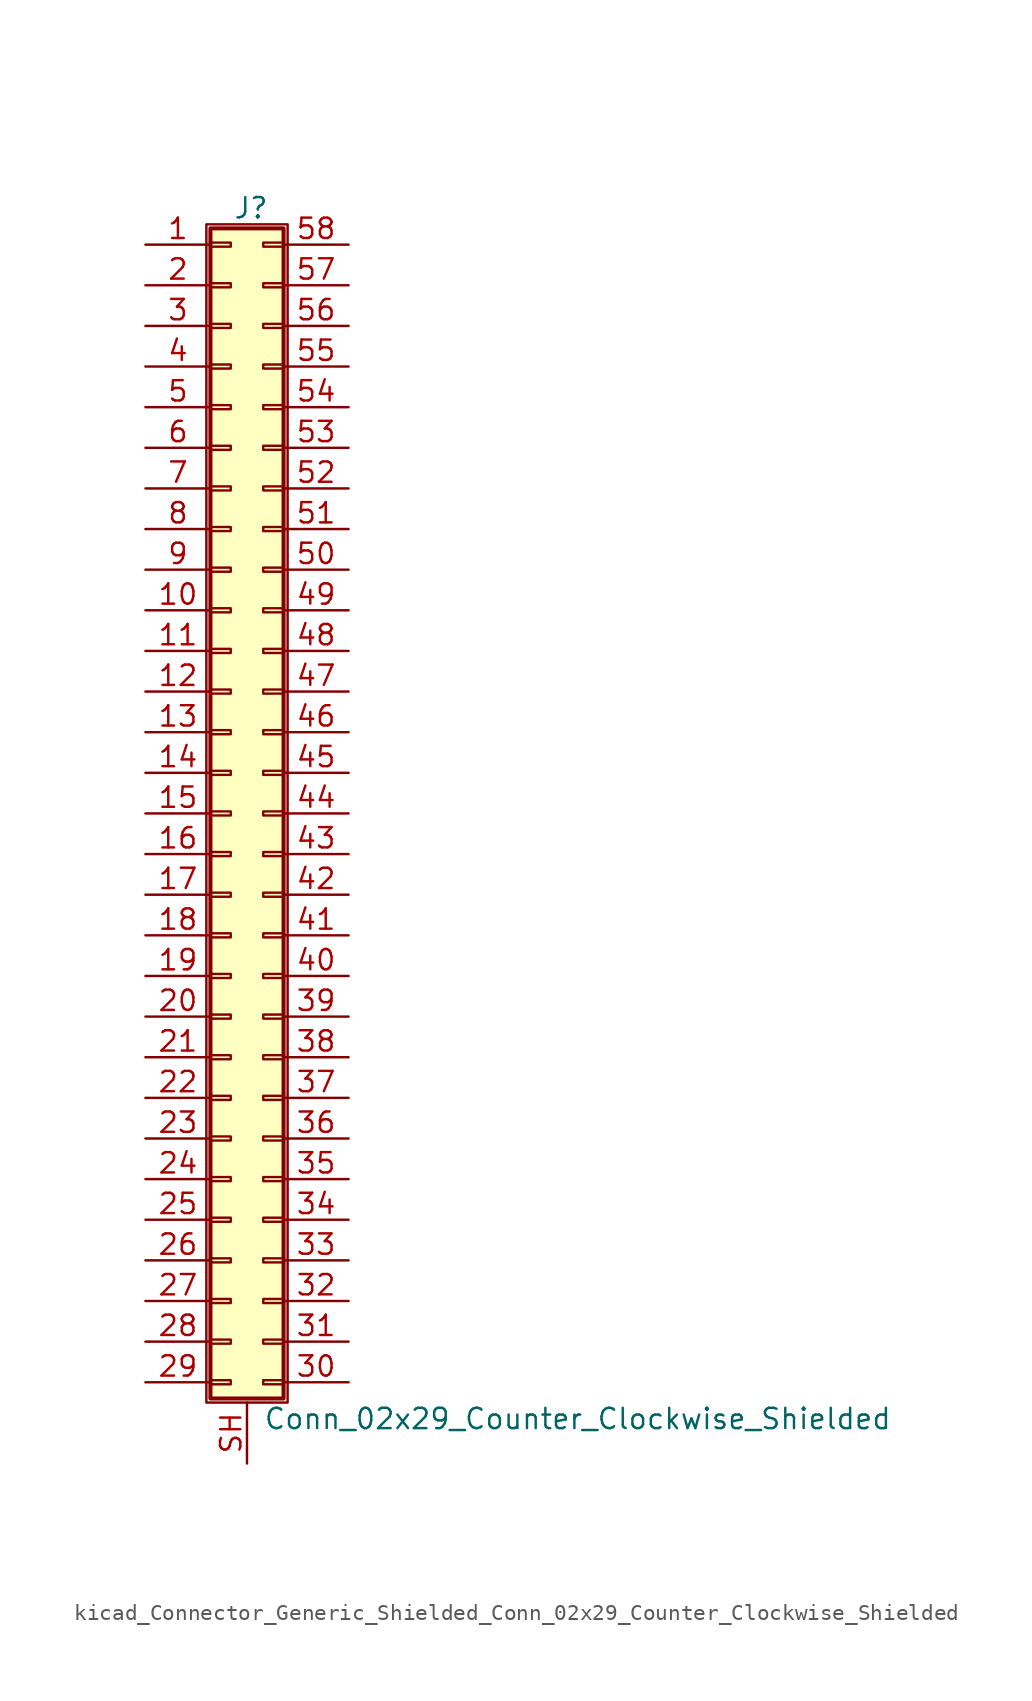
<source format=kicad_sym>
(kicad_symbol_lib
  (version 20220914)
  (generator kicad_symbol_editor)
  (symbol "kicad_Connector_Generic_Shielded_Conn_02x29_Counter_Clockwise_Shielded"
    (pin_names
      (offset 1.016) hide)
    (property "Reference" "J"
      (at 1.524 37.846 0)
      (effects (font (size 1.27 1.27))))
    (property "Value" "Conn_02x29_Counter_Clockwise_Shielded"
      (at 2.286 -37.846 0)
      (effects (font (size 1.27 1.27)) (justify left)))
    (symbol "kicad_Connector_Generic_Shielded_Conn_02x29_Counter_Clockwise_Shielded_1_1"
      (rectangle (start -1.27 36.83) (end 3.81 -36.83) (stroke (width 0.152) (type default)) (fill (type none)))
      (rectangle (start -1.016 -35.433) (end 0.254 -35.687) (stroke (width 0.152) (type default)) (fill (type none)))
      (rectangle (start -1.016 -32.893) (end 0.254 -33.147) (stroke (width 0.152) (type default)) (fill (type none)))
      (rectangle (start -1.016 -30.353) (end 0.254 -30.607) (stroke (width 0.152) (type default)) (fill (type none)))
      (rectangle (start -1.016 -27.813) (end 0.254 -28.067) (stroke (width 0.152) (type default)) (fill (type none)))
      (rectangle (start -1.016 -25.273) (end 0.254 -25.527) (stroke (width 0.152) (type default)) (fill (type none)))
      (rectangle (start -1.016 -22.733) (end 0.254 -22.987) (stroke (width 0.152) (type default)) (fill (type none)))
      (rectangle (start -1.016 -20.193) (end 0.254 -20.447) (stroke (width 0.152) (type default)) (fill (type none)))
      (rectangle (start -1.016 -17.653) (end 0.254 -17.907) (stroke (width 0.152) (type default)) (fill (type none)))
      (rectangle (start -1.016 -15.113) (end 0.254 -15.367) (stroke (width 0.152) (type default)) (fill (type none)))
      (rectangle (start -1.016 -12.573) (end 0.254 -12.827) (stroke (width 0.152) (type default)) (fill (type none)))
      (rectangle (start -1.016 -10.033) (end 0.254 -10.287) (stroke (width 0.152) (type default)) (fill (type none)))
      (rectangle (start -1.016 -7.493) (end 0.254 -7.747) (stroke (width 0.152) (type default)) (fill (type none)))
      (rectangle (start -1.016 -4.953) (end 0.254 -5.207) (stroke (width 0.152) (type default)) (fill (type none)))
      (rectangle (start -1.016 -2.413) (end 0.254 -2.667) (stroke (width 0.152) (type default)) (fill (type none)))
      (rectangle (start -1.016 0.127) (end 0.254 -0.127) (stroke (width 0.152) (type default)) (fill (type none)))
      (rectangle (start -1.016 2.667) (end 0.254 2.413) (stroke (width 0.152) (type default)) (fill (type none)))
      (rectangle (start -1.016 5.207) (end 0.254 4.953) (stroke (width 0.152) (type default)) (fill (type none)))
      (rectangle (start -1.016 7.747) (end 0.254 7.493) (stroke (width 0.152) (type default)) (fill (type none)))
      (rectangle (start -1.016 10.287) (end 0.254 10.033) (stroke (width 0.152) (type default)) (fill (type none)))
      (rectangle (start -1.016 12.827) (end 0.254 12.573) (stroke (width 0.152) (type default)) (fill (type none)))
      (rectangle (start -1.016 15.367) (end 0.254 15.113) (stroke (width 0.152) (type default)) (fill (type none)))
      (rectangle (start -1.016 17.907) (end 0.254 17.653) (stroke (width 0.152) (type default)) (fill (type none)))
      (rectangle (start -1.016 20.447) (end 0.254 20.193) (stroke (width 0.152) (type default)) (fill (type none)))
      (rectangle (start -1.016 22.987) (end 0.254 22.733) (stroke (width 0.152) (type default)) (fill (type none)))
      (rectangle (start -1.016 25.527) (end 0.254 25.273) (stroke (width 0.152) (type default)) (fill (type none)))
      (rectangle (start -1.016 28.067) (end 0.254 27.813) (stroke (width 0.152) (type default)) (fill (type none)))
      (rectangle (start -1.016 30.607) (end 0.254 30.353) (stroke (width 0.152) (type default)) (fill (type none)))
      (rectangle (start -1.016 33.147) (end 0.254 32.893) (stroke (width 0.152) (type default)) (fill (type none)))
      (rectangle (start -1.016 35.687) (end 0.254 35.433) (stroke (width 0.152) (type default)) (fill (type none)))
      (rectangle (start -1.016 36.576) (end 3.556 -36.576) (stroke (width 0.254) (type default)) (fill (type background)))
      (rectangle (start 3.556 -35.433) (end 2.286 -35.687) (stroke (width 0.152) (type default)) (fill (type none)))
      (rectangle (start 3.556 -32.893) (end 2.286 -33.147) (stroke (width 0.152) (type default)) (fill (type none)))
      (rectangle (start 3.556 -30.353) (end 2.286 -30.607) (stroke (width 0.152) (type default)) (fill (type none)))
      (rectangle (start 3.556 -27.813) (end 2.286 -28.067) (stroke (width 0.152) (type default)) (fill (type none)))
      (rectangle (start 3.556 -25.273) (end 2.286 -25.527) (stroke (width 0.152) (type default)) (fill (type none)))
      (rectangle (start 3.556 -22.733) (end 2.286 -22.987) (stroke (width 0.152) (type default)) (fill (type none)))
      (rectangle (start 3.556 -20.193) (end 2.286 -20.447) (stroke (width 0.152) (type default)) (fill (type none)))
      (rectangle (start 3.556 -17.653) (end 2.286 -17.907) (stroke (width 0.152) (type default)) (fill (type none)))
      (rectangle (start 3.556 -15.113) (end 2.286 -15.367) (stroke (width 0.152) (type default)) (fill (type none)))
      (rectangle (start 3.556 -12.573) (end 2.286 -12.827) (stroke (width 0.152) (type default)) (fill (type none)))
      (rectangle (start 3.556 -10.033) (end 2.286 -10.287) (stroke (width 0.152) (type default)) (fill (type none)))
      (rectangle (start 3.556 -7.493) (end 2.286 -7.747) (stroke (width 0.152) (type default)) (fill (type none)))
      (rectangle (start 3.556 -4.953) (end 2.286 -5.207) (stroke (width 0.152) (type default)) (fill (type none)))
      (rectangle (start 3.556 -2.413) (end 2.286 -2.667) (stroke (width 0.152) (type default)) (fill (type none)))
      (rectangle (start 3.556 0.127) (end 2.286 -0.127) (stroke (width 0.152) (type default)) (fill (type none)))
      (rectangle (start 3.556 2.667) (end 2.286 2.413) (stroke (width 0.152) (type default)) (fill (type none)))
      (rectangle (start 3.556 5.207) (end 2.286 4.953) (stroke (width 0.152) (type default)) (fill (type none)))
      (rectangle (start 3.556 7.747) (end 2.286 7.493) (stroke (width 0.152) (type default)) (fill (type none)))
      (rectangle (start 3.556 10.287) (end 2.286 10.033) (stroke (width 0.152) (type default)) (fill (type none)))
      (rectangle (start 3.556 12.827) (end 2.286 12.573) (stroke (width 0.152) (type default)) (fill (type none)))
      (rectangle (start 3.556 15.367) (end 2.286 15.113) (stroke (width 0.152) (type default)) (fill (type none)))
      (rectangle (start 3.556 17.907) (end 2.286 17.653) (stroke (width 0.152) (type default)) (fill (type none)))
      (rectangle (start 3.556 20.447) (end 2.286 20.193) (stroke (width 0.152) (type default)) (fill (type none)))
      (rectangle (start 3.556 22.987) (end 2.286 22.733) (stroke (width 0.152) (type default)) (fill (type none)))
      (rectangle (start 3.556 25.527) (end 2.286 25.273) (stroke (width 0.152) (type default)) (fill (type none)))
      (rectangle (start 3.556 28.067) (end 2.286 27.813) (stroke (width 0.152) (type default)) (fill (type none)))
      (rectangle (start 3.556 30.607) (end 2.286 30.353) (stroke (width 0.152) (type default)) (fill (type none)))
      (rectangle (start 3.556 33.147) (end 2.286 32.893) (stroke (width 0.152) (type default)) (fill (type none)))
      (rectangle (start 3.556 35.687) (end 2.286 35.433) (stroke (width 0.152) (type default)) (fill (type none)))
      (pin passive line (at -5.08 35.56 0) (length 4.064) (name "Pin_1" (effects (font (size 1.27 1.27)))) (number "1" (effects (font (size 1.27 1.27)))))
      (pin passive line (at -5.08 12.7 0) (length 4.064) (name "Pin_10" (effects (font (size 1.27 1.27)))) (number "10" (effects (font (size 1.27 1.27)))))
      (pin passive line (at -5.08 10.16 0) (length 4.064) (name "Pin_11" (effects (font (size 1.27 1.27)))) (number "11" (effects (font (size 1.27 1.27)))))
      (pin passive line (at -5.08 7.62 0) (length 4.064) (name "Pin_12" (effects (font (size 1.27 1.27)))) (number "12" (effects (font (size 1.27 1.27)))))
      (pin passive line (at -5.08 5.08 0) (length 4.064) (name "Pin_13" (effects (font (size 1.27 1.27)))) (number "13" (effects (font (size 1.27 1.27)))))
      (pin passive line (at -5.08 2.54 0) (length 4.064) (name "Pin_14" (effects (font (size 1.27 1.27)))) (number "14" (effects (font (size 1.27 1.27)))))
      (pin passive line (at -5.08 0 0) (length 4.064) (name "Pin_15" (effects (font (size 1.27 1.27)))) (number "15" (effects (font (size 1.27 1.27)))))
      (pin passive line (at -5.08 -2.54 0) (length 4.064) (name "Pin_16" (effects (font (size 1.27 1.27)))) (number "16" (effects (font (size 1.27 1.27)))))
      (pin passive line (at -5.08 -5.08 0) (length 4.064) (name "Pin_17" (effects (font (size 1.27 1.27)))) (number "17" (effects (font (size 1.27 1.27)))))
      (pin passive line (at -5.08 -7.62 0) (length 4.064) (name "Pin_18" (effects (font (size 1.27 1.27)))) (number "18" (effects (font (size 1.27 1.27)))))
      (pin passive line (at -5.08 -10.16 0) (length 4.064) (name "Pin_19" (effects (font (size 1.27 1.27)))) (number "19" (effects (font (size 1.27 1.27)))))
      (pin passive line (at -5.08 33.02 0) (length 4.064) (name "Pin_2" (effects (font (size 1.27 1.27)))) (number "2" (effects (font (size 1.27 1.27)))))
      (pin passive line (at -5.08 -12.7 0) (length 4.064) (name "Pin_20" (effects (font (size 1.27 1.27)))) (number "20" (effects (font (size 1.27 1.27)))))
      (pin passive line (at -5.08 -15.24 0) (length 4.064) (name "Pin_21" (effects (font (size 1.27 1.27)))) (number "21" (effects (font (size 1.27 1.27)))))
      (pin passive line (at -5.08 -17.78 0) (length 4.064) (name "Pin_22" (effects (font (size 1.27 1.27)))) (number "22" (effects (font (size 1.27 1.27)))))
      (pin passive line (at -5.08 -20.32 0) (length 4.064) (name "Pin_23" (effects (font (size 1.27 1.27)))) (number "23" (effects (font (size 1.27 1.27)))))
      (pin passive line (at -5.08 -22.86 0) (length 4.064) (name "Pin_24" (effects (font (size 1.27 1.27)))) (number "24" (effects (font (size 1.27 1.27)))))
      (pin passive line (at -5.08 -25.4 0) (length 4.064) (name "Pin_25" (effects (font (size 1.27 1.27)))) (number "25" (effects (font (size 1.27 1.27)))))
      (pin passive line (at -5.08 -27.94 0) (length 4.064) (name "Pin_26" (effects (font (size 1.27 1.27)))) (number "26" (effects (font (size 1.27 1.27)))))
      (pin passive line (at -5.08 -30.48 0) (length 4.064) (name "Pin_27" (effects (font (size 1.27 1.27)))) (number "27" (effects (font (size 1.27 1.27)))))
      (pin passive line (at -5.08 -33.02 0) (length 4.064) (name "Pin_28" (effects (font (size 1.27 1.27)))) (number "28" (effects (font (size 1.27 1.27)))))
      (pin passive line (at -5.08 -35.56 0) (length 4.064) (name "Pin_29" (effects (font (size 1.27 1.27)))) (number "29" (effects (font (size 1.27 1.27)))))
      (pin passive line (at -5.08 30.48 0) (length 4.064) (name "Pin_3" (effects (font (size 1.27 1.27)))) (number "3" (effects (font (size 1.27 1.27)))))
      (pin passive line (at 7.62 -35.56 180) (length 4.064) (name "Pin_30" (effects (font (size 1.27 1.27)))) (number "30" (effects (font (size 1.27 1.27)))))
      (pin passive line (at 7.62 -33.02 180) (length 4.064) (name "Pin_31" (effects (font (size 1.27 1.27)))) (number "31" (effects (font (size 1.27 1.27)))))
      (pin passive line (at 7.62 -30.48 180) (length 4.064) (name "Pin_32" (effects (font (size 1.27 1.27)))) (number "32" (effects (font (size 1.27 1.27)))))
      (pin passive line (at 7.62 -27.94 180) (length 4.064) (name "Pin_33" (effects (font (size 1.27 1.27)))) (number "33" (effects (font (size 1.27 1.27)))))
      (pin passive line (at 7.62 -25.4 180) (length 4.064) (name "Pin_34" (effects (font (size 1.27 1.27)))) (number "34" (effects (font (size 1.27 1.27)))))
      (pin passive line (at 7.62 -22.86 180) (length 4.064) (name "Pin_35" (effects (font (size 1.27 1.27)))) (number "35" (effects (font (size 1.27 1.27)))))
      (pin passive line (at 7.62 -20.32 180) (length 4.064) (name "Pin_36" (effects (font (size 1.27 1.27)))) (number "36" (effects (font (size 1.27 1.27)))))
      (pin passive line (at 7.62 -17.78 180) (length 4.064) (name "Pin_37" (effects (font (size 1.27 1.27)))) (number "37" (effects (font (size 1.27 1.27)))))
      (pin passive line (at 7.62 -15.24 180) (length 4.064) (name "Pin_38" (effects (font (size 1.27 1.27)))) (number "38" (effects (font (size 1.27 1.27)))))
      (pin passive line (at 7.62 -12.7 180) (length 4.064) (name "Pin_39" (effects (font (size 1.27 1.27)))) (number "39" (effects (font (size 1.27 1.27)))))
      (pin passive line (at -5.08 27.94 0) (length 4.064) (name "Pin_4" (effects (font (size 1.27 1.27)))) (number "4" (effects (font (size 1.27 1.27)))))
      (pin passive line (at 7.62 -10.16 180) (length 4.064) (name "Pin_40" (effects (font (size 1.27 1.27)))) (number "40" (effects (font (size 1.27 1.27)))))
      (pin passive line (at 7.62 -7.62 180) (length 4.064) (name "Pin_41" (effects (font (size 1.27 1.27)))) (number "41" (effects (font (size 1.27 1.27)))))
      (pin passive line (at 7.62 -5.08 180) (length 4.064) (name "Pin_42" (effects (font (size 1.27 1.27)))) (number "42" (effects (font (size 1.27 1.27)))))
      (pin passive line (at 7.62 -2.54 180) (length 4.064) (name "Pin_43" (effects (font (size 1.27 1.27)))) (number "43" (effects (font (size 1.27 1.27)))))
      (pin passive line (at 7.62 0 180) (length 4.064) (name "Pin_44" (effects (font (size 1.27 1.27)))) (number "44" (effects (font (size 1.27 1.27)))))
      (pin passive line (at 7.62 2.54 180) (length 4.064) (name "Pin_45" (effects (font (size 1.27 1.27)))) (number "45" (effects (font (size 1.27 1.27)))))
      (pin passive line (at 7.62 5.08 180) (length 4.064) (name "Pin_46" (effects (font (size 1.27 1.27)))) (number "46" (effects (font (size 1.27 1.27)))))
      (pin passive line (at 7.62 7.62 180) (length 4.064) (name "Pin_47" (effects (font (size 1.27 1.27)))) (number "47" (effects (font (size 1.27 1.27)))))
      (pin passive line (at 7.62 10.16 180) (length 4.064) (name "Pin_48" (effects (font (size 1.27 1.27)))) (number "48" (effects (font (size 1.27 1.27)))))
      (pin passive line (at 7.62 12.7 180) (length 4.064) (name "Pin_49" (effects (font (size 1.27 1.27)))) (number "49" (effects (font (size 1.27 1.27)))))
      (pin passive line (at -5.08 25.4 0) (length 4.064) (name "Pin_5" (effects (font (size 1.27 1.27)))) (number "5" (effects (font (size 1.27 1.27)))))
      (pin passive line (at 7.62 15.24 180) (length 4.064) (name "Pin_50" (effects (font (size 1.27 1.27)))) (number "50" (effects (font (size 1.27 1.27)))))
      (pin passive line (at 7.62 17.78 180) (length 4.064) (name "Pin_51" (effects (font (size 1.27 1.27)))) (number "51" (effects (font (size 1.27 1.27)))))
      (pin passive line (at 7.62 20.32 180) (length 4.064) (name "Pin_52" (effects (font (size 1.27 1.27)))) (number "52" (effects (font (size 1.27 1.27)))))
      (pin passive line (at 7.62 22.86 180) (length 4.064) (name "Pin_53" (effects (font (size 1.27 1.27)))) (number "53" (effects (font (size 1.27 1.27)))))
      (pin passive line (at 7.62 25.4 180) (length 4.064) (name "Pin_54" (effects (font (size 1.27 1.27)))) (number "54" (effects (font (size 1.27 1.27)))))
      (pin passive line (at 7.62 27.94 180) (length 4.064) (name "Pin_55" (effects (font (size 1.27 1.27)))) (number "55" (effects (font (size 1.27 1.27)))))
      (pin passive line (at 7.62 30.48 180) (length 4.064) (name "Pin_56" (effects (font (size 1.27 1.27)))) (number "56" (effects (font (size 1.27 1.27)))))
      (pin passive line (at 7.62 33.02 180) (length 4.064) (name "Pin_57" (effects (font (size 1.27 1.27)))) (number "57" (effects (font (size 1.27 1.27)))))
      (pin passive line (at 7.62 35.56 180) (length 4.064) (name "Pin_58" (effects (font (size 1.27 1.27)))) (number "58" (effects (font (size 1.27 1.27)))))
      (pin passive line (at -5.08 22.86 0) (length 4.064) (name "Pin_6" (effects (font (size 1.27 1.27)))) (number "6" (effects (font (size 1.27 1.27)))))
      (pin passive line (at -5.08 20.32 0) (length 4.064) (name "Pin_7" (effects (font (size 1.27 1.27)))) (number "7" (effects (font (size 1.27 1.27)))))
      (pin passive line (at -5.08 17.78 0) (length 4.064) (name "Pin_8" (effects (font (size 1.27 1.27)))) (number "8" (effects (font (size 1.27 1.27)))))
      (pin passive line (at -5.08 15.24 0) (length 4.064) (name "Pin_9" (effects (font (size 1.27 1.27)))) (number "9" (effects (font (size 1.27 1.27)))))
      (pin passive line (at 1.27 -40.64 90) (length 3.81) (name "Shield" (effects (font (size 1.27 1.27)))) (number "SH" (effects (font (size 1.27 1.27))))))))
</source>
